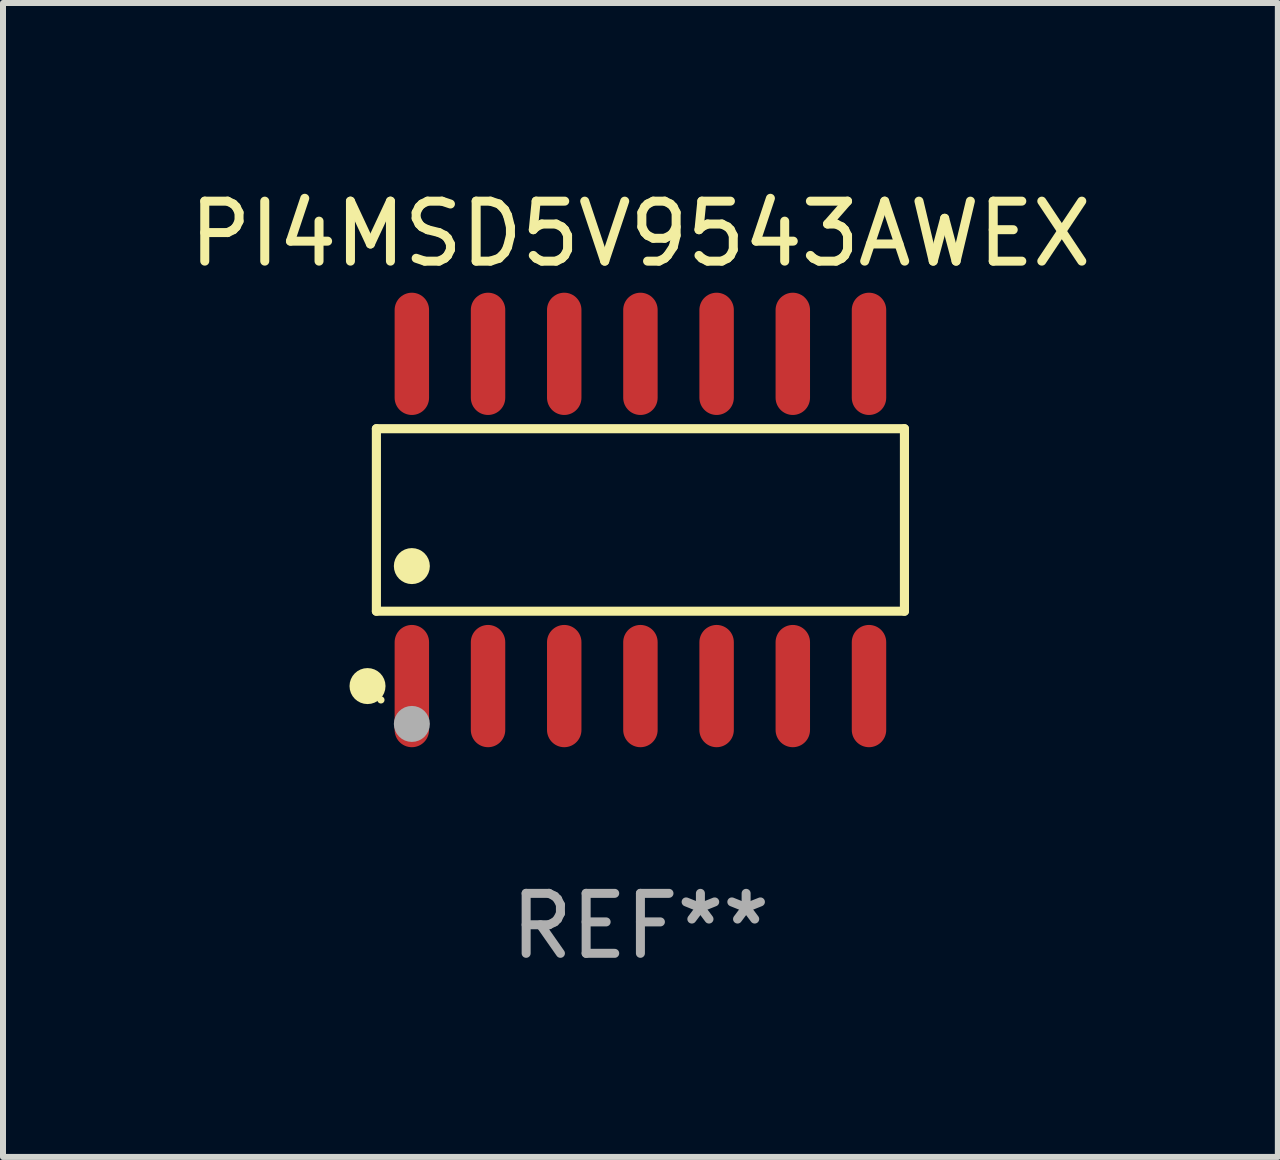
<source format=kicad_pcb>
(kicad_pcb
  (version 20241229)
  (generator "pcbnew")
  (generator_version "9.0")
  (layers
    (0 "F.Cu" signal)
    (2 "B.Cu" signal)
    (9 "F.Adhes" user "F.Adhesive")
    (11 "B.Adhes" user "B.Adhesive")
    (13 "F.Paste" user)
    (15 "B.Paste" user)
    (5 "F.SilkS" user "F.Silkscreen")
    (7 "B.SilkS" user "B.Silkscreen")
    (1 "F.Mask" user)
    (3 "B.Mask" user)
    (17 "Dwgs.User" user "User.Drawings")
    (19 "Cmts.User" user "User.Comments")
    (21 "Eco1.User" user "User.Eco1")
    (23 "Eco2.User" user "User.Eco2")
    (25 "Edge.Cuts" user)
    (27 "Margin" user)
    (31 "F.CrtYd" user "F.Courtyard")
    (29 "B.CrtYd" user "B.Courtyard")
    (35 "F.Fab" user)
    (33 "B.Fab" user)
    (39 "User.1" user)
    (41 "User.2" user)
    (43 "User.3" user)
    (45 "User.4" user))
  (footprint "PI4MSD5V9543AWEX"
    (layer "F.Cu")
    (at 7.625 5.617)
    (property "Reference" "PI4MSD5V9543AWEX" (at 0 -4.769 0) (layer "F.SilkS") (effects (font (size 1 1) (thickness 0.15))))
    (attr through_hole)
    (fp_line (start -4.401 -1.521) (end 4.401 -1.521) (stroke (width 0.152) (type solid)) (layer "F.SilkS"))
    (fp_line (start -4.401 1.521) (end -4.401 -1.521) (stroke (width 0.152) (type solid)) (layer "F.SilkS"))
    (fp_line (start 4.401 -1.521) (end 4.401 1.521) (stroke (width 0.152) (type solid)) (layer "F.SilkS"))
    (fp_line (start 4.401 1.521) (end -4.401 1.521) (stroke (width 0.152) (type solid)) (layer "F.SilkS"))
    (fp_circle (center -4.549 2.769) (end -4.399 2.769) (stroke (width 0.3) (type solid)) (fill no) (layer "F.SilkS"))
    (fp_circle (center -4.325 3) (end -4.295 3) (stroke (width 0.06) (type solid)) (fill no) (layer "F.SilkS"))
    (fp_circle (center -3.81 0.769) (end -3.66 0.769) (stroke (width 0.3) (type solid)) (fill no) (layer "F.SilkS"))
    (fp_circle (center -3.81 3.4) (end -3.66 3.4) (stroke (width 0.3) (type solid)) (fill no) (layer "F.Fab"))
    (fp_text user "REF**" (at 0 6.769 0) (layer "F.Fab") (effects (font (size 1 1) (thickness 0.15))))
    (pad "1" smd oval (at -3.81 2.769) (size 0.574 2.038) (layers "F.Cu" "F.Mask" "F.Paste"))
    (pad "2" smd oval (at -2.54 2.769) (size 0.574 2.038) (layers "F.Cu" "F.Mask" "F.Paste"))
    (pad "3" smd oval (at -1.27 2.769) (size 0.574 2.038) (layers "F.Cu" "F.Mask" "F.Paste"))
    (pad "4" smd oval (at 0 2.769) (size 0.574 2.038) (layers "F.Cu" "F.Mask" "F.Paste"))
    (pad "5" smd oval (at 1.27 2.769) (size 0.574 2.038) (layers "F.Cu" "F.Mask" "F.Paste"))
    (pad "6" smd oval (at 2.54 2.769) (size 0.574 2.038) (layers "F.Cu" "F.Mask" "F.Paste"))
    (pad "7" smd oval (at 3.81 2.769) (size 0.574 2.038) (layers "F.Cu" "F.Mask" "F.Paste"))
    (pad "8" smd oval (at 3.81 -2.769) (size 0.574 2.038) (layers "F.Cu" "F.Mask" "F.Paste"))
    (pad "9" smd oval (at 2.54 -2.769) (size 0.574 2.038) (layers "F.Cu" "F.Mask" "F.Paste"))
    (pad "10" smd oval (at 1.27 -2.769) (size 0.574 2.038) (layers "F.Cu" "F.Mask" "F.Paste"))
    (pad "11" smd oval (at 0 -2.769) (size 0.574 2.038) (layers "F.Cu" "F.Mask" "F.Paste"))
    (pad "12" smd oval (at -1.27 -2.769) (size 0.574 2.038) (layers "F.Cu" "F.Mask" "F.Paste"))
    (pad "13" smd oval (at -2.54 -2.769) (size 0.574 2.038) (layers "F.Cu" "F.Mask" "F.Paste"))
    (pad "14" smd oval (at -3.81 -2.769) (size 0.574 2.038) (layers "F.Cu" "F.Mask" "F.Paste")))
  (gr_rect
    (start -3 -3)
    (end 18.25 16.235)
    (stroke (width 0.1) (type default))
    (fill no)
    (layer "Edge.Cuts")))
</source>
